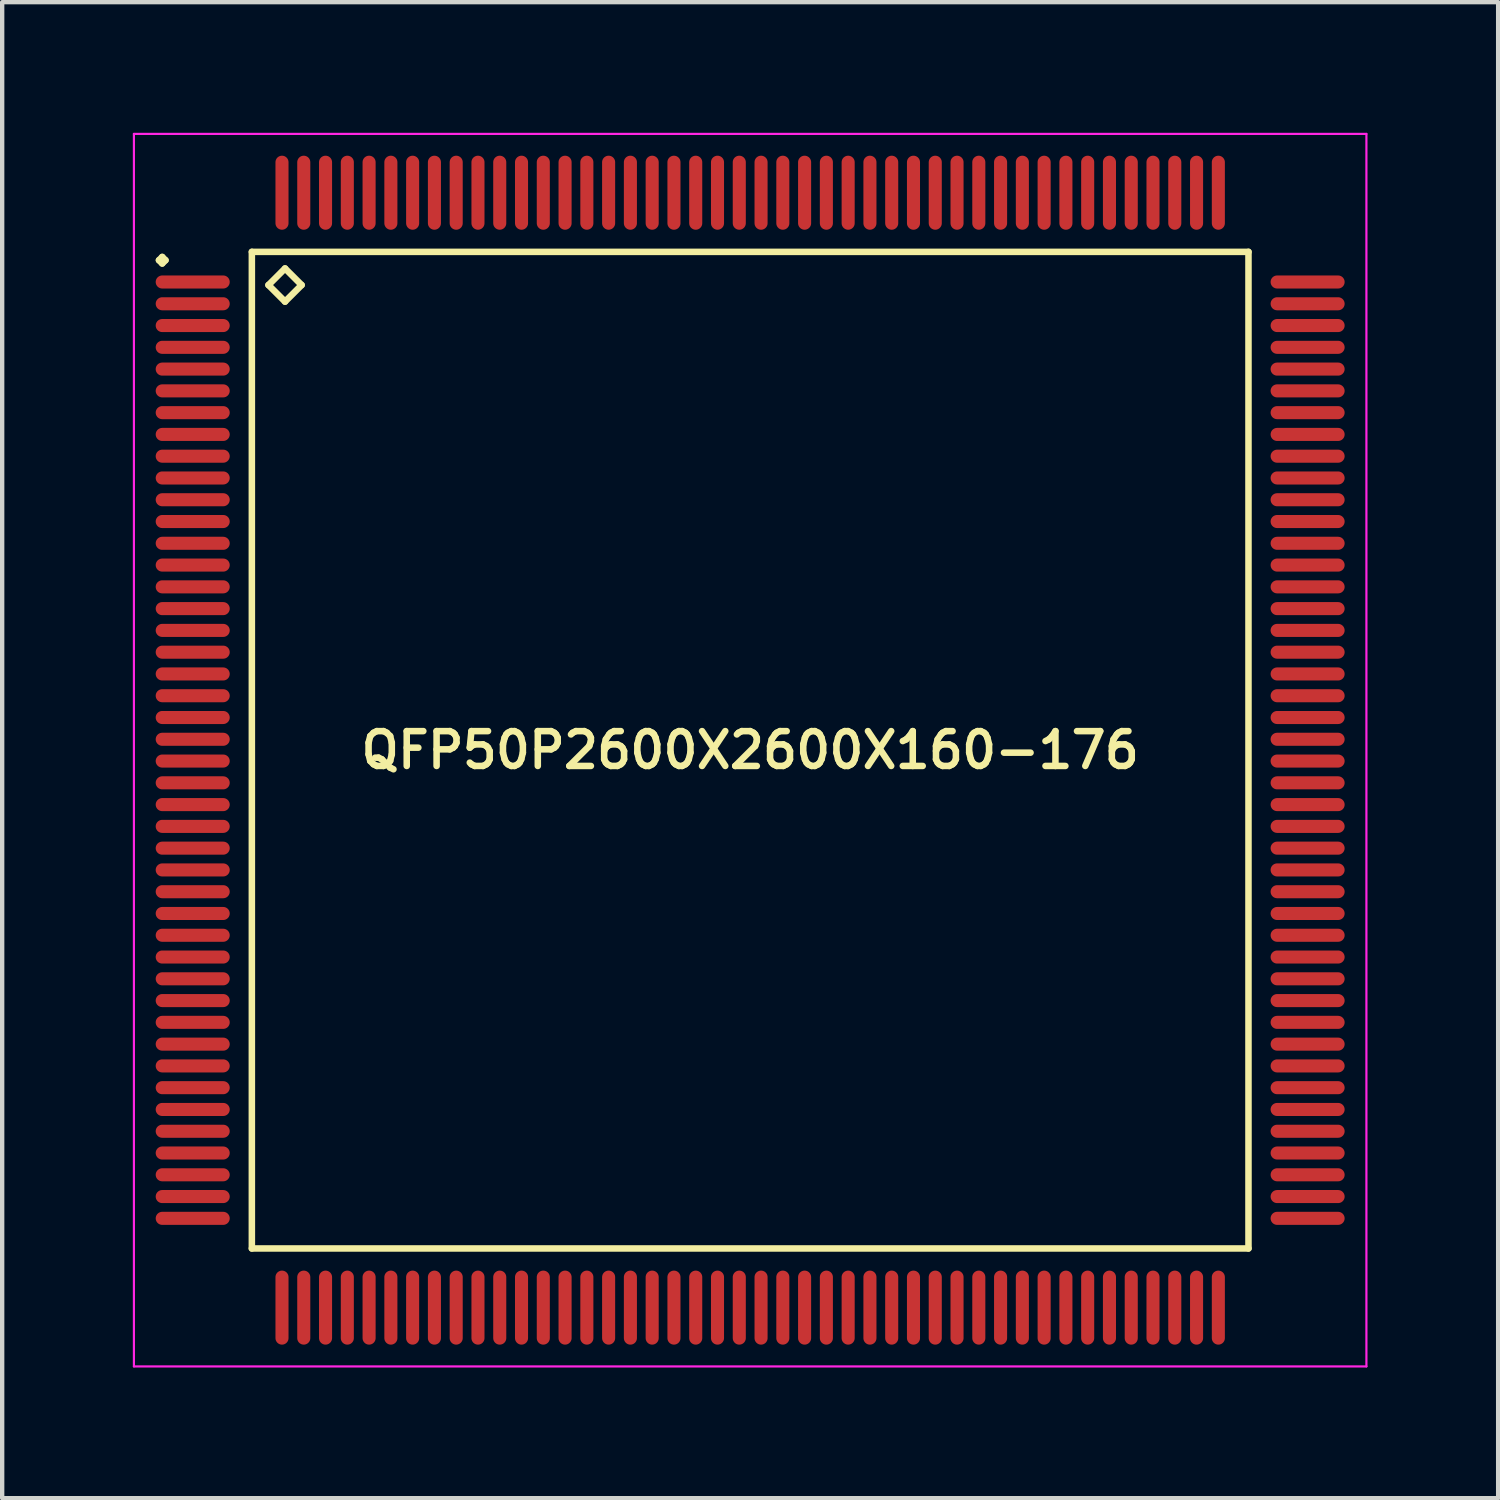
<source format=kicad_pcb>
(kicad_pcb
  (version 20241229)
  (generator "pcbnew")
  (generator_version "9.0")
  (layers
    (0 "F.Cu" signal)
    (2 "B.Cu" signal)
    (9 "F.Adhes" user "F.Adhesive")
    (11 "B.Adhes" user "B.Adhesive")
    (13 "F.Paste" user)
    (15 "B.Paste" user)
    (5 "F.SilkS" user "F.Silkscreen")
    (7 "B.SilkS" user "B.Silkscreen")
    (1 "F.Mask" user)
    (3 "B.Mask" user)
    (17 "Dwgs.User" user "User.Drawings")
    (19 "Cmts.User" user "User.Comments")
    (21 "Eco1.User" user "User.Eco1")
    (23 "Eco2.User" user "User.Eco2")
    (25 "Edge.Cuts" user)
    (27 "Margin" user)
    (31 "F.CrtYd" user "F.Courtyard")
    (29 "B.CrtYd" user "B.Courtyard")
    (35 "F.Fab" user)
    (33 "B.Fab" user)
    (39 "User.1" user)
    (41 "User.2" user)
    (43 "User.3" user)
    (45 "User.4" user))
  (footprint "QFP50P2600X2600X160-176"
    (layer "F.Cu")
    (at 14.175 14.175)
    (property "Reference" "QFP50P2600X2600X160-176" (at 0 0 0) (layer "F.SilkS") (effects (font (size 0.8 0.8) (thickness 0.15))))
    (attr smd)
    (fp_line (start -13.575 -11.25) (end -13.5 -11.325) (stroke (width 0.15) (type solid)) (layer "F.SilkS"))
    (fp_line (start -13.5 -11.325) (end -13.425 -11.25) (stroke (width 0.15) (type solid)) (layer "F.SilkS"))
    (fp_line (start -13.5 -11.175) (end -13.575 -11.25) (stroke (width 0.15) (type solid)) (layer "F.SilkS"))
    (fp_line (start -13.425 -11.25) (end -13.5 -11.175) (stroke (width 0.15) (type solid)) (layer "F.SilkS"))
    (fp_line (start -11.442 -11.442) (end -11.442 11.442) (stroke (width 0.15) (type solid)) (layer "F.SilkS"))
    (fp_line (start -11.442 11.442) (end 11.442 11.442) (stroke (width 0.15) (type solid)) (layer "F.SilkS"))
    (fp_line (start -11.061 -10.68) (end -10.68 -11.061) (stroke (width 0.15) (type solid)) (layer "F.SilkS"))
    (fp_line (start -10.68 -11.061) (end -10.299 -10.68) (stroke (width 0.15) (type solid)) (layer "F.SilkS"))
    (fp_line (start -10.68 -10.299) (end -11.061 -10.68) (stroke (width 0.15) (type solid)) (layer "F.SilkS"))
    (fp_line (start -10.299 -10.68) (end -10.68 -10.299) (stroke (width 0.15) (type solid)) (layer "F.SilkS"))
    (fp_line (start 11.442 -11.442) (end -11.442 -11.442) (stroke (width 0.15) (type solid)) (layer "F.SilkS"))
    (fp_line (start 11.442 11.442) (end 11.442 -11.442) (stroke (width 0.15) (type solid)) (layer "F.SilkS"))
    (fp_line (start -14.15 -14.15) (end 14.15 -14.15) (stroke (width 0.05) (type solid)) (layer "F.CrtYd"))
    (fp_line (start -14.15 14.15) (end -14.15 -14.15) (stroke (width 0.05) (type solid)) (layer "F.CrtYd"))
    (fp_line (start 14.15 -14.15) (end 14.15 14.15) (stroke (width 0.05) (type solid)) (layer "F.CrtYd"))
    (fp_line (start 14.15 14.15) (end -14.15 14.15) (stroke (width 0.05) (type solid)) (layer "F.CrtYd"))
    (pad "1" smd oval (at -12.8 -10.75) (size 1.7 0.3) (layers "F.Cu" "F.Mask" "F.Paste"))
    (pad "2" smd oval (at -12.8 -10.25) (size 1.7 0.3) (layers "F.Cu" "F.Mask" "F.Paste"))
    (pad "3" smd oval (at -12.8 -9.75) (size 1.7 0.3) (layers "F.Cu" "F.Mask" "F.Paste"))
    (pad "4" smd oval (at -12.8 -9.25) (size 1.7 0.3) (layers "F.Cu" "F.Mask" "F.Paste"))
    (pad "5" smd oval (at -12.8 -8.75) (size 1.7 0.3) (layers "F.Cu" "F.Mask" "F.Paste"))
    (pad "6" smd oval (at -12.8 -8.25) (size 1.7 0.3) (layers "F.Cu" "F.Mask" "F.Paste"))
    (pad "7" smd oval (at -12.8 -7.75) (size 1.7 0.3) (layers "F.Cu" "F.Mask" "F.Paste"))
    (pad "8" smd oval (at -12.8 -7.25) (size 1.7 0.3) (layers "F.Cu" "F.Mask" "F.Paste"))
    (pad "9" smd oval (at -12.8 -6.75) (size 1.7 0.3) (layers "F.Cu" "F.Mask" "F.Paste"))
    (pad "10" smd oval (at -12.8 -6.25) (size 1.7 0.3) (layers "F.Cu" "F.Mask" "F.Paste"))
    (pad "11" smd oval (at -12.8 -5.75) (size 1.7 0.3) (layers "F.Cu" "F.Mask" "F.Paste"))
    (pad "12" smd oval (at -12.8 -5.25) (size 1.7 0.3) (layers "F.Cu" "F.Mask" "F.Paste"))
    (pad "13" smd oval (at -12.8 -4.75) (size 1.7 0.3) (layers "F.Cu" "F.Mask" "F.Paste"))
    (pad "14" smd oval (at -12.8 -4.25) (size 1.7 0.3) (layers "F.Cu" "F.Mask" "F.Paste"))
    (pad "15" smd oval (at -12.8 -3.75) (size 1.7 0.3) (layers "F.Cu" "F.Mask" "F.Paste"))
    (pad "16" smd oval (at -12.8 -3.25) (size 1.7 0.3) (layers "F.Cu" "F.Mask" "F.Paste"))
    (pad "17" smd oval (at -12.8 -2.75) (size 1.7 0.3) (layers "F.Cu" "F.Mask" "F.Paste"))
    (pad "18" smd oval (at -12.8 -2.25) (size 1.7 0.3) (layers "F.Cu" "F.Mask" "F.Paste"))
    (pad "19" smd oval (at -12.8 -1.75) (size 1.7 0.3) (layers "F.Cu" "F.Mask" "F.Paste"))
    (pad "20" smd oval (at -12.8 -1.25) (size 1.7 0.3) (layers "F.Cu" "F.Mask" "F.Paste"))
    (pad "21" smd oval (at -12.8 -0.75) (size 1.7 0.3) (layers "F.Cu" "F.Mask" "F.Paste"))
    (pad "22" smd oval (at -12.8 -0.25) (size 1.7 0.3) (layers "F.Cu" "F.Mask" "F.Paste"))
    (pad "23" smd oval (at -12.8 0.25) (size 1.7 0.3) (layers "F.Cu" "F.Mask" "F.Paste"))
    (pad "24" smd oval (at -12.8 0.75) (size 1.7 0.3) (layers "F.Cu" "F.Mask" "F.Paste"))
    (pad "25" smd oval (at -12.8 1.25) (size 1.7 0.3) (layers "F.Cu" "F.Mask" "F.Paste"))
    (pad "26" smd oval (at -12.8 1.75) (size 1.7 0.3) (layers "F.Cu" "F.Mask" "F.Paste"))
    (pad "27" smd oval (at -12.8 2.25) (size 1.7 0.3) (layers "F.Cu" "F.Mask" "F.Paste"))
    (pad "28" smd oval (at -12.8 2.75) (size 1.7 0.3) (layers "F.Cu" "F.Mask" "F.Paste"))
    (pad "29" smd oval (at -12.8 3.25) (size 1.7 0.3) (layers "F.Cu" "F.Mask" "F.Paste"))
    (pad "30" smd oval (at -12.8 3.75) (size 1.7 0.3) (layers "F.Cu" "F.Mask" "F.Paste"))
    (pad "31" smd oval (at -12.8 4.25) (size 1.7 0.3) (layers "F.Cu" "F.Mask" "F.Paste"))
    (pad "32" smd oval (at -12.8 4.75) (size 1.7 0.3) (layers "F.Cu" "F.Mask" "F.Paste"))
    (pad "33" smd oval (at -12.8 5.25) (size 1.7 0.3) (layers "F.Cu" "F.Mask" "F.Paste"))
    (pad "34" smd oval (at -12.8 5.75) (size 1.7 0.3) (layers "F.Cu" "F.Mask" "F.Paste"))
    (pad "35" smd oval (at -12.8 6.25) (size 1.7 0.3) (layers "F.Cu" "F.Mask" "F.Paste"))
    (pad "36" smd oval (at -12.8 6.75) (size 1.7 0.3) (layers "F.Cu" "F.Mask" "F.Paste"))
    (pad "37" smd oval (at -12.8 7.25) (size 1.7 0.3) (layers "F.Cu" "F.Mask" "F.Paste"))
    (pad "38" smd oval (at -12.8 7.75) (size 1.7 0.3) (layers "F.Cu" "F.Mask" "F.Paste"))
    (pad "39" smd oval (at -12.8 8.25) (size 1.7 0.3) (layers "F.Cu" "F.Mask" "F.Paste"))
    (pad "40" smd oval (at -12.8 8.75) (size 1.7 0.3) (layers "F.Cu" "F.Mask" "F.Paste"))
    (pad "41" smd oval (at -12.8 9.25) (size 1.7 0.3) (layers "F.Cu" "F.Mask" "F.Paste"))
    (pad "42" smd oval (at -12.8 9.75) (size 1.7 0.3) (layers "F.Cu" "F.Mask" "F.Paste"))
    (pad "43" smd oval (at -12.8 10.25) (size 1.7 0.3) (layers "F.Cu" "F.Mask" "F.Paste"))
    (pad "44" smd oval (at -12.8 10.75) (size 1.7 0.3) (layers "F.Cu" "F.Mask" "F.Paste"))
    (pad "45" smd oval (at -10.75 12.8) (size 0.3 1.7) (layers "F.Cu" "F.Mask" "F.Paste"))
    (pad "46" smd oval (at -10.25 12.8) (size 0.3 1.7) (layers "F.Cu" "F.Mask" "F.Paste"))
    (pad "47" smd oval (at -9.75 12.8) (size 0.3 1.7) (layers "F.Cu" "F.Mask" "F.Paste"))
    (pad "48" smd oval (at -9.25 12.8) (size 0.3 1.7) (layers "F.Cu" "F.Mask" "F.Paste"))
    (pad "49" smd oval (at -8.75 12.8) (size 0.3 1.7) (layers "F.Cu" "F.Mask" "F.Paste"))
    (pad "50" smd oval (at -8.25 12.8) (size 0.3 1.7) (layers "F.Cu" "F.Mask" "F.Paste"))
    (pad "51" smd oval (at -7.75 12.8) (size 0.3 1.7) (layers "F.Cu" "F.Mask" "F.Paste"))
    (pad "52" smd oval (at -7.25 12.8) (size 0.3 1.7) (layers "F.Cu" "F.Mask" "F.Paste"))
    (pad "53" smd oval (at -6.75 12.8) (size 0.3 1.7) (layers "F.Cu" "F.Mask" "F.Paste"))
    (pad "54" smd oval (at -6.25 12.8) (size 0.3 1.7) (layers "F.Cu" "F.Mask" "F.Paste"))
    (pad "55" smd oval (at -5.75 12.8) (size 0.3 1.7) (layers "F.Cu" "F.Mask" "F.Paste"))
    (pad "56" smd oval (at -5.25 12.8) (size 0.3 1.7) (layers "F.Cu" "F.Mask" "F.Paste"))
    (pad "57" smd oval (at -4.75 12.8) (size 0.3 1.7) (layers "F.Cu" "F.Mask" "F.Paste"))
    (pad "58" smd oval (at -4.25 12.8) (size 0.3 1.7) (layers "F.Cu" "F.Mask" "F.Paste"))
    (pad "59" smd oval (at -3.75 12.8) (size 0.3 1.7) (layers "F.Cu" "F.Mask" "F.Paste"))
    (pad "60" smd oval (at -3.25 12.8) (size 0.3 1.7) (layers "F.Cu" "F.Mask" "F.Paste"))
    (pad "61" smd oval (at -2.75 12.8) (size 0.3 1.7) (layers "F.Cu" "F.Mask" "F.Paste"))
    (pad "62" smd oval (at -2.25 12.8) (size 0.3 1.7) (layers "F.Cu" "F.Mask" "F.Paste"))
    (pad "63" smd oval (at -1.75 12.8) (size 0.3 1.7) (layers "F.Cu" "F.Mask" "F.Paste"))
    (pad "64" smd oval (at -1.25 12.8) (size 0.3 1.7) (layers "F.Cu" "F.Mask" "F.Paste"))
    (pad "65" smd oval (at -0.75 12.8) (size 0.3 1.7) (layers "F.Cu" "F.Mask" "F.Paste"))
    (pad "66" smd oval (at -0.25 12.8) (size 0.3 1.7) (layers "F.Cu" "F.Mask" "F.Paste"))
    (pad "67" smd oval (at 0.25 12.8) (size 0.3 1.7) (layers "F.Cu" "F.Mask" "F.Paste"))
    (pad "68" smd oval (at 0.75 12.8) (size 0.3 1.7) (layers "F.Cu" "F.Mask" "F.Paste"))
    (pad "69" smd oval (at 1.25 12.8) (size 0.3 1.7) (layers "F.Cu" "F.Mask" "F.Paste"))
    (pad "70" smd oval (at 1.75 12.8) (size 0.3 1.7) (layers "F.Cu" "F.Mask" "F.Paste"))
    (pad "71" smd oval (at 2.25 12.8) (size 0.3 1.7) (layers "F.Cu" "F.Mask" "F.Paste"))
    (pad "72" smd oval (at 2.75 12.8) (size 0.3 1.7) (layers "F.Cu" "F.Mask" "F.Paste"))
    (pad "73" smd oval (at 3.25 12.8) (size 0.3 1.7) (layers "F.Cu" "F.Mask" "F.Paste"))
    (pad "74" smd oval (at 3.75 12.8) (size 0.3 1.7) (layers "F.Cu" "F.Mask" "F.Paste"))
    (pad "75" smd oval (at 4.25 12.8) (size 0.3 1.7) (layers "F.Cu" "F.Mask" "F.Paste"))
    (pad "76" smd oval (at 4.75 12.8) (size 0.3 1.7) (layers "F.Cu" "F.Mask" "F.Paste"))
    (pad "77" smd oval (at 5.25 12.8) (size 0.3 1.7) (layers "F.Cu" "F.Mask" "F.Paste"))
    (pad "78" smd oval (at 5.75 12.8) (size 0.3 1.7) (layers "F.Cu" "F.Mask" "F.Paste"))
    (pad "79" smd oval (at 6.25 12.8) (size 0.3 1.7) (layers "F.Cu" "F.Mask" "F.Paste"))
    (pad "80" smd oval (at 6.75 12.8) (size 0.3 1.7) (layers "F.Cu" "F.Mask" "F.Paste"))
    (pad "81" smd oval (at 7.25 12.8) (size 0.3 1.7) (layers "F.Cu" "F.Mask" "F.Paste"))
    (pad "82" smd oval (at 7.75 12.8) (size 0.3 1.7) (layers "F.Cu" "F.Mask" "F.Paste"))
    (pad "83" smd oval (at 8.25 12.8) (size 0.3 1.7) (layers "F.Cu" "F.Mask" "F.Paste"))
    (pad "84" smd oval (at 8.75 12.8) (size 0.3 1.7) (layers "F.Cu" "F.Mask" "F.Paste"))
    (pad "85" smd oval (at 9.25 12.8) (size 0.3 1.7) (layers "F.Cu" "F.Mask" "F.Paste"))
    (pad "86" smd oval (at 9.75 12.8) (size 0.3 1.7) (layers "F.Cu" "F.Mask" "F.Paste"))
    (pad "87" smd oval (at 10.25 12.8) (size 0.3 1.7) (layers "F.Cu" "F.Mask" "F.Paste"))
    (pad "88" smd oval (at 10.75 12.8) (size 0.3 1.7) (layers "F.Cu" "F.Mask" "F.Paste"))
    (pad "89" smd oval (at 12.8 10.75) (size 1.7 0.3) (layers "F.Cu" "F.Mask" "F.Paste"))
    (pad "90" smd oval (at 12.8 10.25) (size 1.7 0.3) (layers "F.Cu" "F.Mask" "F.Paste"))
    (pad "91" smd oval (at 12.8 9.75) (size 1.7 0.3) (layers "F.Cu" "F.Mask" "F.Paste"))
    (pad "92" smd oval (at 12.8 9.25) (size 1.7 0.3) (layers "F.Cu" "F.Mask" "F.Paste"))
    (pad "93" smd oval (at 12.8 8.75) (size 1.7 0.3) (layers "F.Cu" "F.Mask" "F.Paste"))
    (pad "94" smd oval (at 12.8 8.25) (size 1.7 0.3) (layers "F.Cu" "F.Mask" "F.Paste"))
    (pad "95" smd oval (at 12.8 7.75) (size 1.7 0.3) (layers "F.Cu" "F.Mask" "F.Paste"))
    (pad "96" smd oval (at 12.8 7.25) (size 1.7 0.3) (layers "F.Cu" "F.Mask" "F.Paste"))
    (pad "97" smd oval (at 12.8 6.75) (size 1.7 0.3) (layers "F.Cu" "F.Mask" "F.Paste"))
    (pad "98" smd oval (at 12.8 6.25) (size 1.7 0.3) (layers "F.Cu" "F.Mask" "F.Paste"))
    (pad "99" smd oval (at 12.8 5.75) (size 1.7 0.3) (layers "F.Cu" "F.Mask" "F.Paste"))
    (pad "100" smd oval (at 12.8 5.25) (size 1.7 0.3) (layers "F.Cu" "F.Mask" "F.Paste"))
    (pad "101" smd oval (at 12.8 4.75) (size 1.7 0.3) (layers "F.Cu" "F.Mask" "F.Paste"))
    (pad "102" smd oval (at 12.8 4.25) (size 1.7 0.3) (layers "F.Cu" "F.Mask" "F.Paste"))
    (pad "103" smd oval (at 12.8 3.75) (size 1.7 0.3) (layers "F.Cu" "F.Mask" "F.Paste"))
    (pad "104" smd oval (at 12.8 3.25) (size 1.7 0.3) (layers "F.Cu" "F.Mask" "F.Paste"))
    (pad "105" smd oval (at 12.8 2.75) (size 1.7 0.3) (layers "F.Cu" "F.Mask" "F.Paste"))
    (pad "106" smd oval (at 12.8 2.25) (size 1.7 0.3) (layers "F.Cu" "F.Mask" "F.Paste"))
    (pad "107" smd oval (at 12.8 1.75) (size 1.7 0.3) (layers "F.Cu" "F.Mask" "F.Paste"))
    (pad "108" smd oval (at 12.8 1.25) (size 1.7 0.3) (layers "F.Cu" "F.Mask" "F.Paste"))
    (pad "109" smd oval (at 12.8 0.75) (size 1.7 0.3) (layers "F.Cu" "F.Mask" "F.Paste"))
    (pad "110" smd oval (at 12.8 0.25) (size 1.7 0.3) (layers "F.Cu" "F.Mask" "F.Paste"))
    (pad "111" smd oval (at 12.8 -0.25) (size 1.7 0.3) (layers "F.Cu" "F.Mask" "F.Paste"))
    (pad "112" smd oval (at 12.8 -0.75) (size 1.7 0.3) (layers "F.Cu" "F.Mask" "F.Paste"))
    (pad "113" smd oval (at 12.8 -1.25) (size 1.7 0.3) (layers "F.Cu" "F.Mask" "F.Paste"))
    (pad "114" smd oval (at 12.8 -1.75) (size 1.7 0.3) (layers "F.Cu" "F.Mask" "F.Paste"))
    (pad "115" smd oval (at 12.8 -2.25) (size 1.7 0.3) (layers "F.Cu" "F.Mask" "F.Paste"))
    (pad "116" smd oval (at 12.8 -2.75) (size 1.7 0.3) (layers "F.Cu" "F.Mask" "F.Paste"))
    (pad "117" smd oval (at 12.8 -3.25) (size 1.7 0.3) (layers "F.Cu" "F.Mask" "F.Paste"))
    (pad "118" smd oval (at 12.8 -3.75) (size 1.7 0.3) (layers "F.Cu" "F.Mask" "F.Paste"))
    (pad "119" smd oval (at 12.8 -4.25) (size 1.7 0.3) (layers "F.Cu" "F.Mask" "F.Paste"))
    (pad "120" smd oval (at 12.8 -4.75) (size 1.7 0.3) (layers "F.Cu" "F.Mask" "F.Paste"))
    (pad "121" smd oval (at 12.8 -5.25) (size 1.7 0.3) (layers "F.Cu" "F.Mask" "F.Paste"))
    (pad "122" smd oval (at 12.8 -5.75) (size 1.7 0.3) (layers "F.Cu" "F.Mask" "F.Paste"))
    (pad "123" smd oval (at 12.8 -6.25) (size 1.7 0.3) (layers "F.Cu" "F.Mask" "F.Paste"))
    (pad "124" smd oval (at 12.8 -6.75) (size 1.7 0.3) (layers "F.Cu" "F.Mask" "F.Paste"))
    (pad "125" smd oval (at 12.8 -7.25) (size 1.7 0.3) (layers "F.Cu" "F.Mask" "F.Paste"))
    (pad "126" smd oval (at 12.8 -7.75) (size 1.7 0.3) (layers "F.Cu" "F.Mask" "F.Paste"))
    (pad "127" smd oval (at 12.8 -8.25) (size 1.7 0.3) (layers "F.Cu" "F.Mask" "F.Paste"))
    (pad "128" smd oval (at 12.8 -8.75) (size 1.7 0.3) (layers "F.Cu" "F.Mask" "F.Paste"))
    (pad "129" smd oval (at 12.8 -9.25) (size 1.7 0.3) (layers "F.Cu" "F.Mask" "F.Paste"))
    (pad "130" smd oval (at 12.8 -9.75) (size 1.7 0.3) (layers "F.Cu" "F.Mask" "F.Paste"))
    (pad "131" smd oval (at 12.8 -10.25) (size 1.7 0.3) (layers "F.Cu" "F.Mask" "F.Paste"))
    (pad "132" smd oval (at 12.8 -10.75) (size 1.7 0.3) (layers "F.Cu" "F.Mask" "F.Paste"))
    (pad "133" smd oval (at 10.75 -12.8) (size 0.3 1.7) (layers "F.Cu" "F.Mask" "F.Paste"))
    (pad "134" smd oval (at 10.25 -12.8) (size 0.3 1.7) (layers "F.Cu" "F.Mask" "F.Paste"))
    (pad "135" smd oval (at 9.75 -12.8) (size 0.3 1.7) (layers "F.Cu" "F.Mask" "F.Paste"))
    (pad "136" smd oval (at 9.25 -12.8) (size 0.3 1.7) (layers "F.Cu" "F.Mask" "F.Paste"))
    (pad "137" smd oval (at 8.75 -12.8) (size 0.3 1.7) (layers "F.Cu" "F.Mask" "F.Paste"))
    (pad "138" smd oval (at 8.25 -12.8) (size 0.3 1.7) (layers "F.Cu" "F.Mask" "F.Paste"))
    (pad "139" smd oval (at 7.75 -12.8) (size 0.3 1.7) (layers "F.Cu" "F.Mask" "F.Paste"))
    (pad "140" smd oval (at 7.25 -12.8) (size 0.3 1.7) (layers "F.Cu" "F.Mask" "F.Paste"))
    (pad "141" smd oval (at 6.75 -12.8) (size 0.3 1.7) (layers "F.Cu" "F.Mask" "F.Paste"))
    (pad "142" smd oval (at 6.25 -12.8) (size 0.3 1.7) (layers "F.Cu" "F.Mask" "F.Paste"))
    (pad "143" smd oval (at 5.75 -12.8) (size 0.3 1.7) (layers "F.Cu" "F.Mask" "F.Paste"))
    (pad "144" smd oval (at 5.25 -12.8) (size 0.3 1.7) (layers "F.Cu" "F.Mask" "F.Paste"))
    (pad "145" smd oval (at 4.75 -12.8) (size 0.3 1.7) (layers "F.Cu" "F.Mask" "F.Paste"))
    (pad "146" smd oval (at 4.25 -12.8) (size 0.3 1.7) (layers "F.Cu" "F.Mask" "F.Paste"))
    (pad "147" smd oval (at 3.75 -12.8) (size 0.3 1.7) (layers "F.Cu" "F.Mask" "F.Paste"))
    (pad "148" smd oval (at 3.25 -12.8) (size 0.3 1.7) (layers "F.Cu" "F.Mask" "F.Paste"))
    (pad "149" smd oval (at 2.75 -12.8) (size 0.3 1.7) (layers "F.Cu" "F.Mask" "F.Paste"))
    (pad "150" smd oval (at 2.25 -12.8) (size 0.3 1.7) (layers "F.Cu" "F.Mask" "F.Paste"))
    (pad "151" smd oval (at 1.75 -12.8) (size 0.3 1.7) (layers "F.Cu" "F.Mask" "F.Paste"))
    (pad "152" smd oval (at 1.25 -12.8) (size 0.3 1.7) (layers "F.Cu" "F.Mask" "F.Paste"))
    (pad "153" smd oval (at 0.75 -12.8) (size 0.3 1.7) (layers "F.Cu" "F.Mask" "F.Paste"))
    (pad "154" smd oval (at 0.25 -12.8) (size 0.3 1.7) (layers "F.Cu" "F.Mask" "F.Paste"))
    (pad "155" smd oval (at -0.25 -12.8) (size 0.3 1.7) (layers "F.Cu" "F.Mask" "F.Paste"))
    (pad "156" smd oval (at -0.75 -12.8) (size 0.3 1.7) (layers "F.Cu" "F.Mask" "F.Paste"))
    (pad "157" smd oval (at -1.25 -12.8) (size 0.3 1.7) (layers "F.Cu" "F.Mask" "F.Paste"))
    (pad "158" smd oval (at -1.75 -12.8) (size 0.3 1.7) (layers "F.Cu" "F.Mask" "F.Paste"))
    (pad "159" smd oval (at -2.25 -12.8) (size 0.3 1.7) (layers "F.Cu" "F.Mask" "F.Paste"))
    (pad "160" smd oval (at -2.75 -12.8) (size 0.3 1.7) (layers "F.Cu" "F.Mask" "F.Paste"))
    (pad "161" smd oval (at -3.25 -12.8) (size 0.3 1.7) (layers "F.Cu" "F.Mask" "F.Paste"))
    (pad "162" smd oval (at -3.75 -12.8) (size 0.3 1.7) (layers "F.Cu" "F.Mask" "F.Paste"))
    (pad "163" smd oval (at -4.25 -12.8) (size 0.3 1.7) (layers "F.Cu" "F.Mask" "F.Paste"))
    (pad "164" smd oval (at -4.75 -12.8) (size 0.3 1.7) (layers "F.Cu" "F.Mask" "F.Paste"))
    (pad "165" smd oval (at -5.25 -12.8) (size 0.3 1.7) (layers "F.Cu" "F.Mask" "F.Paste"))
    (pad "166" smd oval (at -5.75 -12.8) (size 0.3 1.7) (layers "F.Cu" "F.Mask" "F.Paste"))
    (pad "167" smd oval (at -6.25 -12.8) (size 0.3 1.7) (layers "F.Cu" "F.Mask" "F.Paste"))
    (pad "168" smd oval (at -6.75 -12.8) (size 0.3 1.7) (layers "F.Cu" "F.Mask" "F.Paste"))
    (pad "169" smd oval (at -7.25 -12.8) (size 0.3 1.7) (layers "F.Cu" "F.Mask" "F.Paste"))
    (pad "170" smd oval (at -7.75 -12.8) (size 0.3 1.7) (layers "F.Cu" "F.Mask" "F.Paste"))
    (pad "171" smd oval (at -8.25 -12.8) (size 0.3 1.7) (layers "F.Cu" "F.Mask" "F.Paste"))
    (pad "172" smd oval (at -8.75 -12.8) (size 0.3 1.7) (layers "F.Cu" "F.Mask" "F.Paste"))
    (pad "173" smd oval (at -9.25 -12.8) (size 0.3 1.7) (layers "F.Cu" "F.Mask" "F.Paste"))
    (pad "174" smd oval (at -9.75 -12.8) (size 0.3 1.7) (layers "F.Cu" "F.Mask" "F.Paste"))
    (pad "175" smd oval (at -10.25 -12.8) (size 0.3 1.7) (layers "F.Cu" "F.Mask" "F.Paste"))
    (pad "176" smd oval (at -10.75 -12.8) (size 0.3 1.7) (layers "F.Cu" "F.Mask" "F.Paste")))
  (gr_rect
    (start -3 -3)
    (end 31.35 31.35)
    (stroke (width 0.1) (type default))
    (fill no)
    (layer "Edge.Cuts")))
</source>
